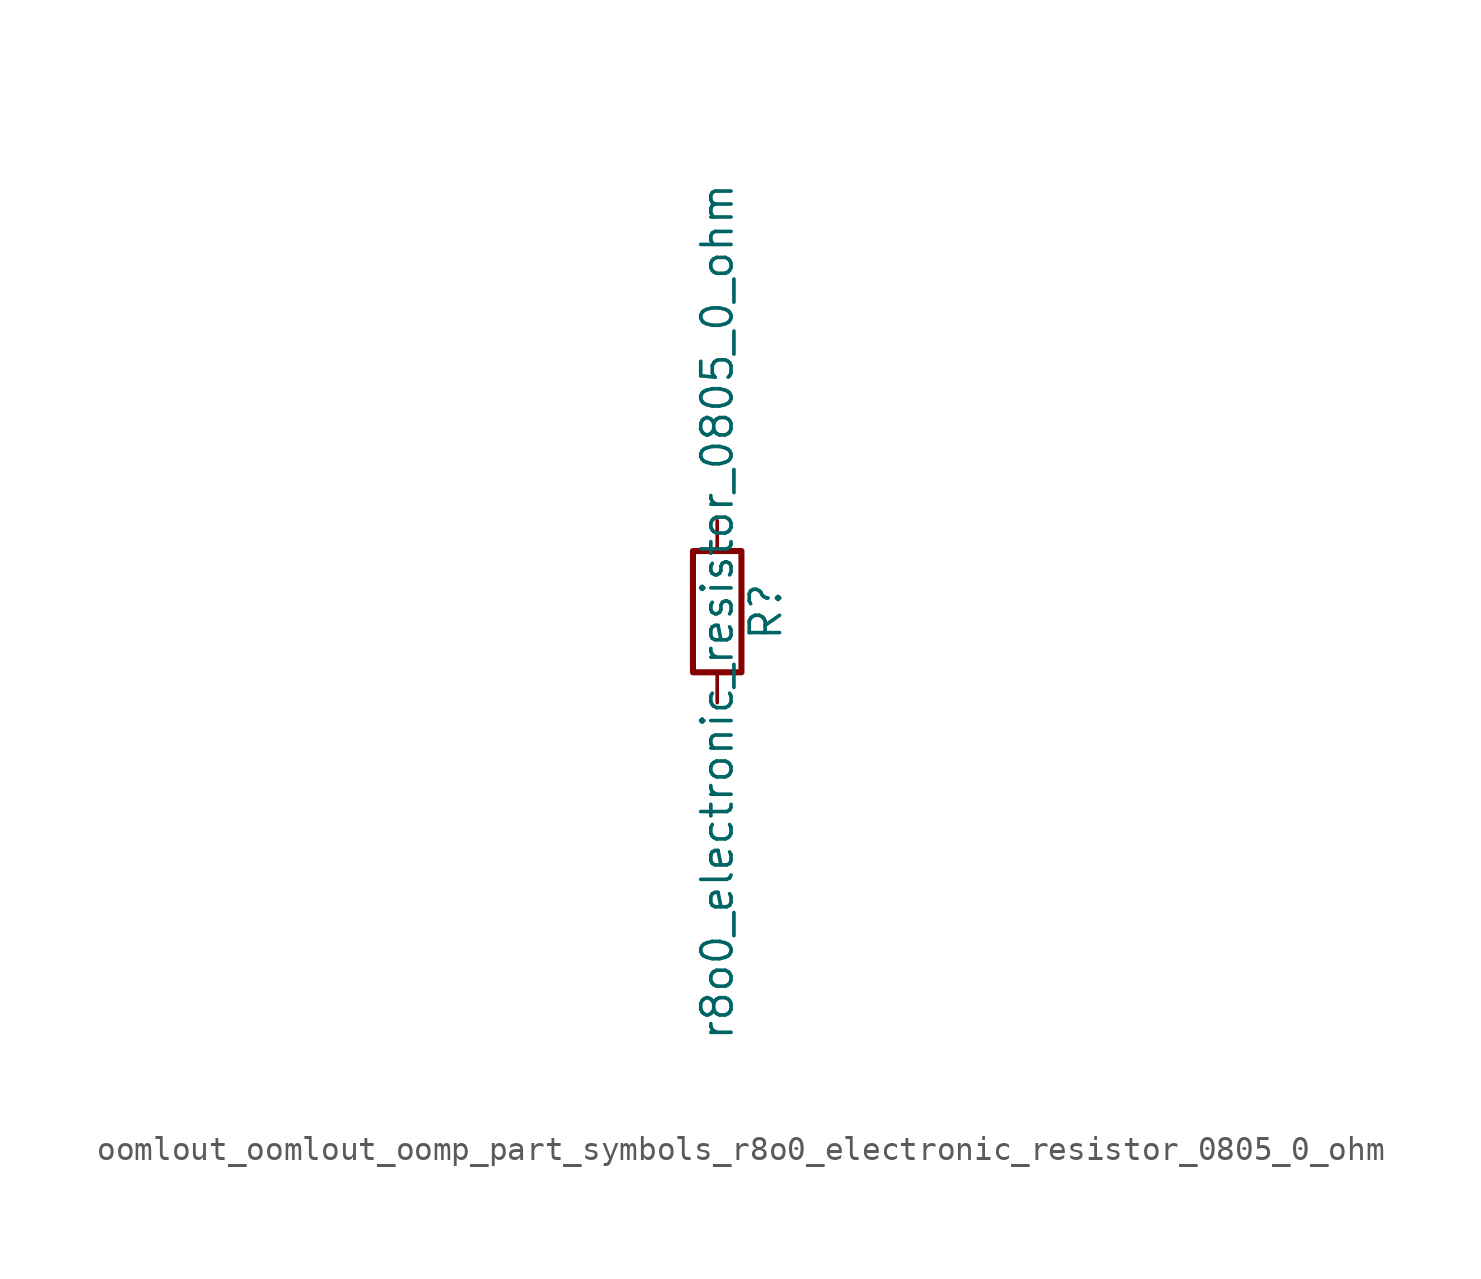
<source format=kicad_sym>
(kicad_symbol_lib
  (version 20220914)
  (generator kicad_symbol_editor)
  (symbol "oomlout_oomlout_oomp_part_symbols_r8o0_electronic_resistor_0805_0_ohm"
    (pin_numbers hide)
    (pin_names
      (offset 0))
    (property "Reference" "R"
      (at 2.032 0 90)
      (effects (font (size 1.27 1.27))))
    (property "Value" "r8o0_electronic_resistor_0805_0_ohm"
      (at 0 0 90)
      (effects (font (size 1.27 1.27))))
    (symbol "oomlout_oomlout_oomp_part_symbols_r8o0_electronic_resistor_0805_0_ohm_0_1"
      (rectangle (start -1.016 -2.54) (end 1.016 2.54) (stroke (width 0.254) (type default)) (fill (type none))))
    (symbol "oomlout_oomlout_oomp_part_symbols_r8o0_electronic_resistor_0805_0_ohm_1_1"
      (pin passive line (at 0 3.81 270) (length 1.27) (name "~" (effects (font (size 1.27 1.27)))) (number "1" (effects (font (size 1.27 1.27)))))
      (pin passive line (at 0 -3.81 90) (length 1.27) (name "~" (effects (font (size 1.27 1.27)))) (number "2" (effects (font (size 1.27 1.27))))))))
</source>
